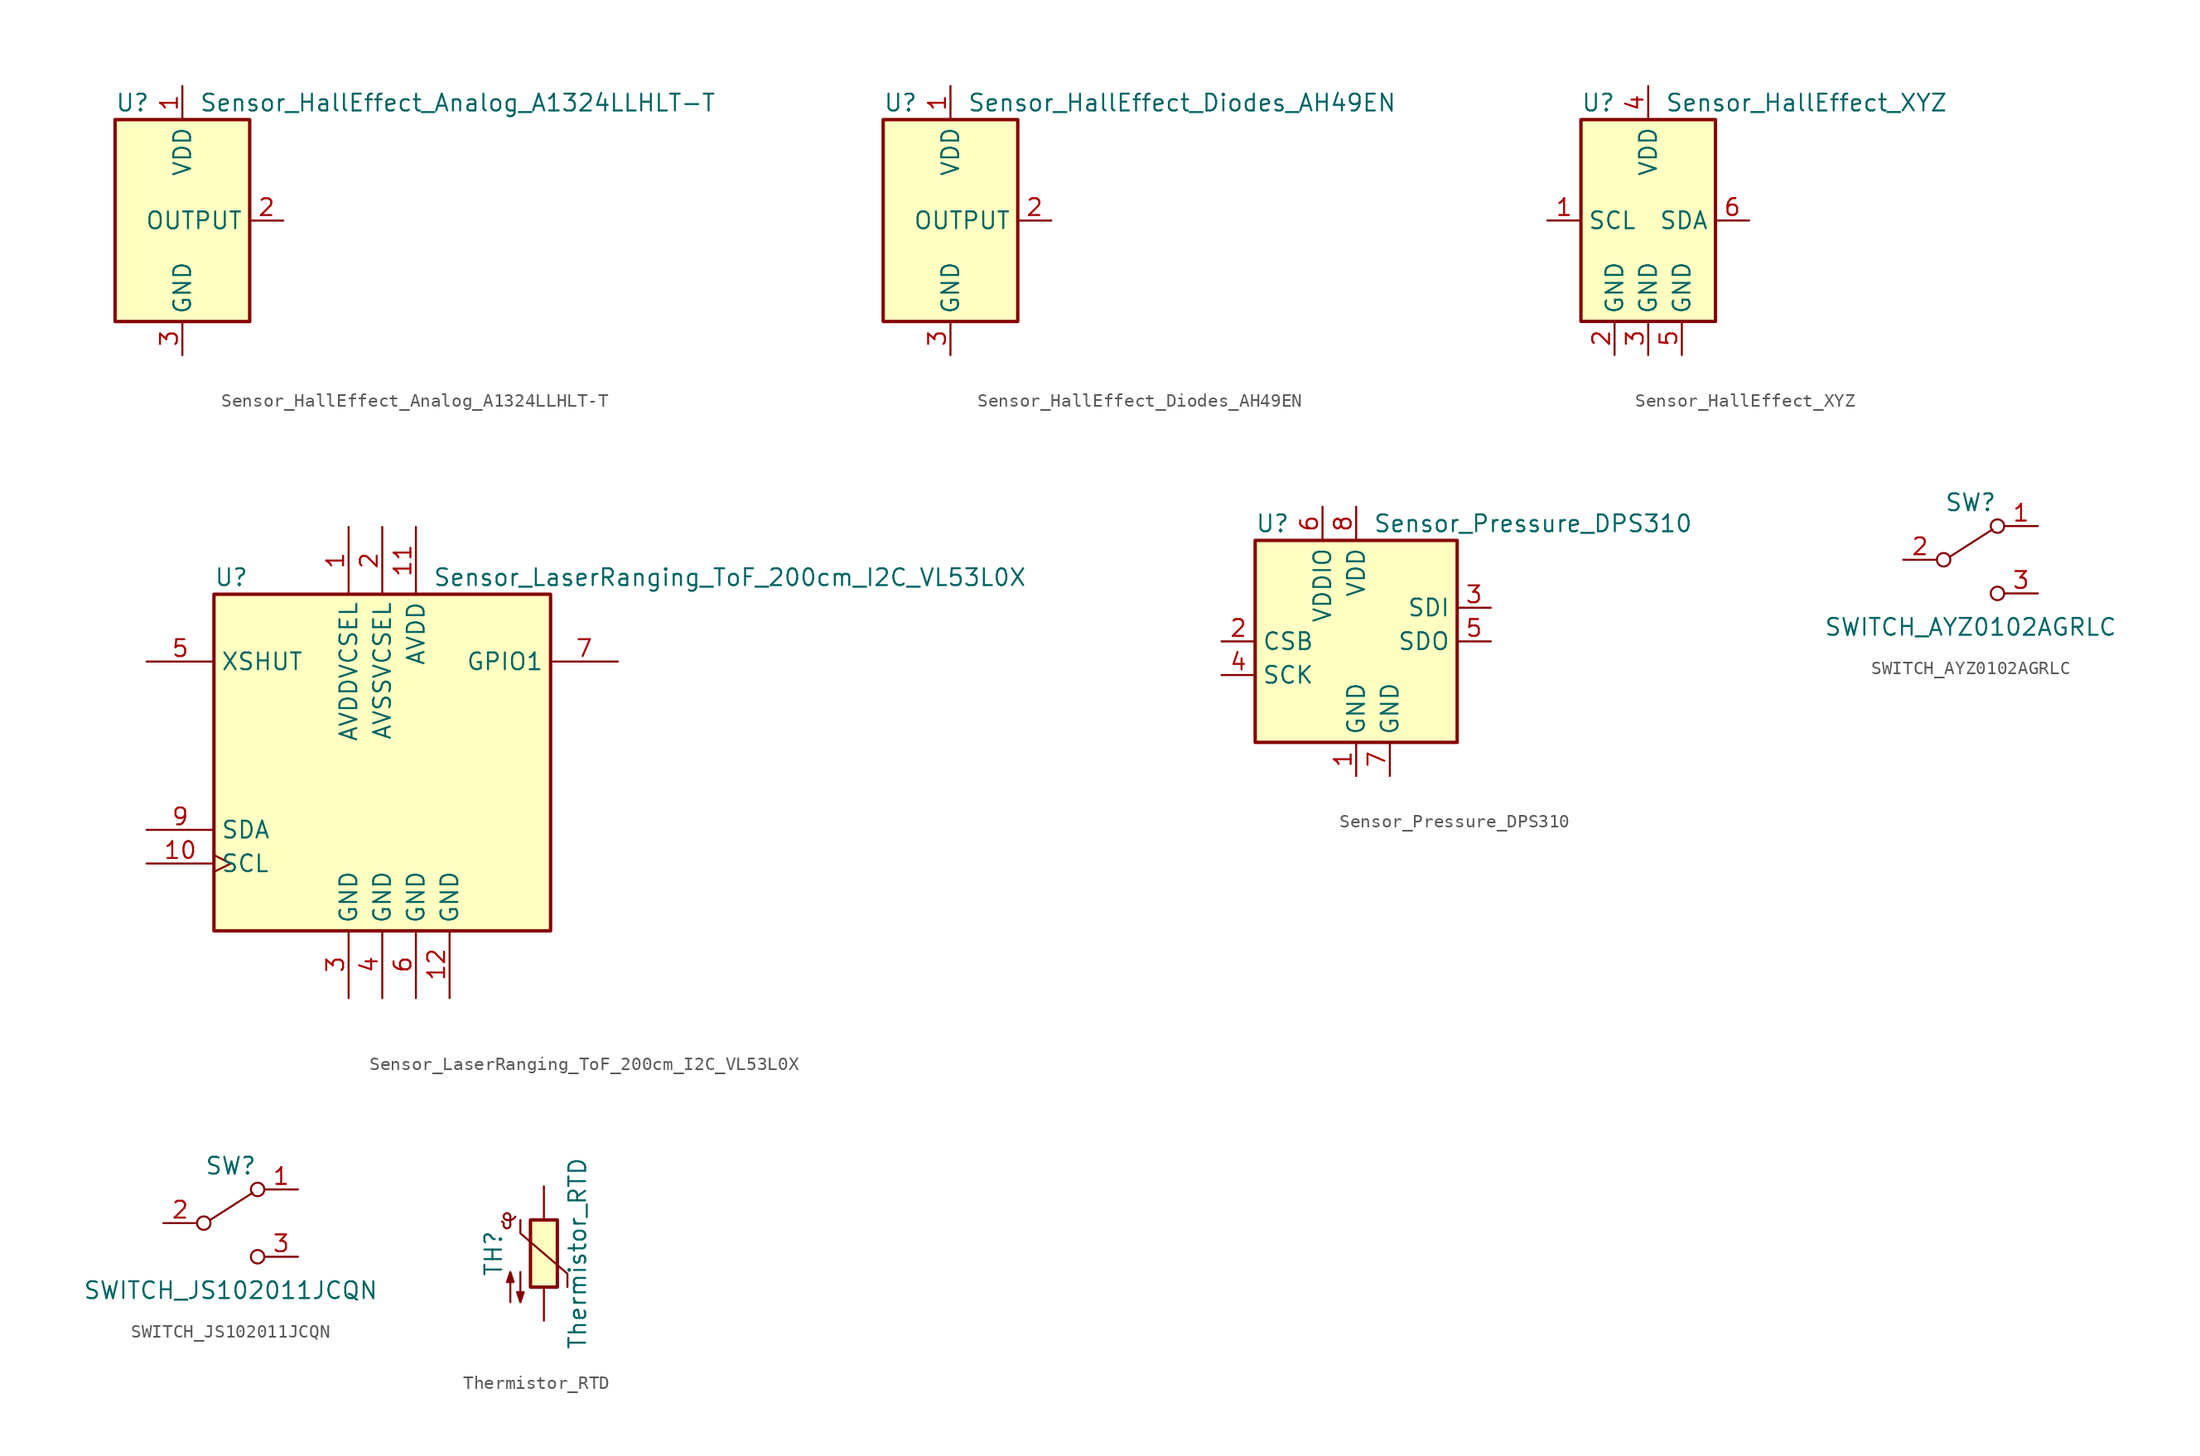
<source format=kicad_sym>
(kicad_symbol_lib
  (version 20211014)
  (generator kicad_symbol_editor)
  (symbol "Sensor_HallEffect_Analog_A1324LLHLT-T"
    (property "Reference" "U"
      (at -5.08 8.89 0)
      (effects (font (size 1.27 1.27)) (justify left)))
    (property "Value" "Sensor_HallEffect_Analog_A1324LLHLT-T"
      (at 1.27 8.89 0)
      (effects (font (size 1.27 1.27)) (justify left)))
    (symbol "Sensor_HallEffect_Analog_A1324LLHLT-T_0_1"
      (rectangle (start 5.08 7.62) (end -5.08 -7.62) (stroke (width 0.254) (type default) (color 0 0 0 0)) (fill (type background))))
    (symbol "Sensor_HallEffect_Analog_A1324LLHLT-T_1_1"
      (pin power_in line (at 0 10.16 270) (length 2.54) (name "VDD" (effects (font (size 1.27 1.27)))) (number "1" (effects (font (size 1.27 1.27)))))
      (pin open_collector line (at 7.62 0 180) (length 2.54) (name "OUTPUT" (effects (font (size 1.27 1.27)))) (number "2" (effects (font (size 1.27 1.27)))))
      (pin power_in line (at 0 -10.16 90) (length 2.54) (name "GND" (effects (font (size 1.27 1.27)))) (number "3" (effects (font (size 1.27 1.27)))))))
  (symbol "Sensor_HallEffect_Diodes_AH49EN"
    (property "Reference" "U"
      (at -5.08 8.89 0)
      (effects (font (size 1.27 1.27)) (justify left)))
    (property "Value" "Sensor_HallEffect_Diodes_AH49EN"
      (at 1.27 8.89 0)
      (effects (font (size 1.27 1.27)) (justify left)))
    (symbol "Sensor_HallEffect_Diodes_AH49EN_0_1"
      (rectangle (start 5.08 7.62) (end -5.08 -7.62) (stroke (width 0.254) (type default) (color 0 0 0 0)) (fill (type background))))
    (symbol "Sensor_HallEffect_Diodes_AH49EN_1_1"
      (pin power_in line (at 0 10.16 270) (length 2.54) (name "VDD" (effects (font (size 1.27 1.27)))) (number "1" (effects (font (size 1.27 1.27)))))
      (pin open_collector line (at 7.62 0 180) (length 2.54) (name "OUTPUT" (effects (font (size 1.27 1.27)))) (number "2" (effects (font (size 1.27 1.27)))))
      (pin power_in line (at 0 -10.16 90) (length 2.54) (name "GND" (effects (font (size 1.27 1.27)))) (number "3" (effects (font (size 1.27 1.27)))))))
  (symbol "Sensor_HallEffect_XYZ"
    (property "Reference" "U"
      (at -5.08 8.89 0)
      (effects (font (size 1.27 1.27)) (justify left)))
    (property "Value" "Sensor_HallEffect_XYZ"
      (at 1.27 8.89 0)
      (effects (font (size 1.27 1.27)) (justify left)))
    (symbol "Sensor_HallEffect_XYZ_0_1"
      (rectangle (start 5.08 7.62) (end -5.08 -7.62) (stroke (width 0.254) (type default) (color 0 0 0 0)) (fill (type background))))
    (symbol "Sensor_HallEffect_XYZ_1_1"
      (pin input line (at -7.62 0 0) (length 2.54) (name "SCL" (effects (font (size 1.27 1.27)))) (number "1" (effects (font (size 1.27 1.27)))))
      (pin power_in line (at -2.54 -10.16 90) (length 2.54) (name "GND" (effects (font (size 1.27 1.27)))) (number "2" (effects (font (size 1.27 1.27)))))
      (pin power_in line (at 0 -10.16 90) (length 2.54) (name "GND" (effects (font (size 1.27 1.27)))) (number "3" (effects (font (size 1.27 1.27)))))
      (pin power_in line (at 0 10.16 270) (length 2.54) (name "VDD" (effects (font (size 1.27 1.27)))) (number "4" (effects (font (size 1.27 1.27)))))
      (pin power_in line (at 2.54 -10.16 90) (length 2.54) (name "GND" (effects (font (size 1.27 1.27)))) (number "5" (effects (font (size 1.27 1.27)))))
      (pin bidirectional line (at 7.62 0 180) (length 2.54) (name "SDA" (effects (font (size 1.27 1.27)))) (number "6" (effects (font (size 1.27 1.27)))))))
  (symbol "Sensor_LaserRanging_ToF_200cm_I2C_VL53L0X"
    (property "Reference" "U"
      (at -12.7 13.97 0)
      (effects (font (size 1.27 1.27)) (justify left)))
    (property "Value" "Sensor_LaserRanging_ToF_200cm_I2C_VL53L0X"
      (at 3.81 13.97 0)
      (effects (font (size 1.27 1.27)) (justify left)))
    (symbol "Sensor_LaserRanging_ToF_200cm_I2C_VL53L0X_0_0"
      (rectangle (start -12.7 12.7) (end 12.7 -12.7) (stroke (width 0.254) (type default) (color 0 0 0 0)) (fill (type background)))
      (pin power_in line (at -2.54 17.78 270) (length 5.08) (name "AVDDVCSEL" (effects (font (size 1.27 1.27)))) (number "1" (effects (font (size 1.27 1.27)))))
      (pin input clock (at -17.78 -7.62 0) (length 5.08) (name "SCL" (effects (font (size 1.27 1.27)))) (number "10" (effects (font (size 1.27 1.27)))))
      (pin power_in line (at 2.54 17.78 270) (length 5.08) (name "AVDD" (effects (font (size 1.27 1.27)))) (number "11" (effects (font (size 1.27 1.27)))))
      (pin power_in line (at 5.08 -17.78 90) (length 5.08) (name "GND" (effects (font (size 1.27 1.27)))) (number "12" (effects (font (size 1.27 1.27)))))
      (pin power_in line (at 0 17.78 270) (length 5.08) (name "AVSSVCSEL" (effects (font (size 1.27 1.27)))) (number "2" (effects (font (size 1.27 1.27)))))
      (pin power_in line (at -2.54 -17.78 90) (length 5.08) (name "GND" (effects (font (size 1.27 1.27)))) (number "3" (effects (font (size 1.27 1.27)))))
      (pin power_in line (at 0 -17.78 90) (length 5.08) (name "GND" (effects (font (size 1.27 1.27)))) (number "4" (effects (font (size 1.27 1.27)))))
      (pin input line (at -17.78 7.62 0) (length 5.08) (name "XSHUT" (effects (font (size 1.27 1.27)))) (number "5" (effects (font (size 1.27 1.27)))))
      (pin power_in line (at 2.54 -17.78 90) (length 5.08) (name "GND" (effects (font (size 1.27 1.27)))) (number "6" (effects (font (size 1.27 1.27)))))
      (pin output line (at 17.78 7.62 180) (length 5.08) (name "GPIO1" (effects (font (size 1.27 1.27)))) (number "7" (effects (font (size 1.27 1.27)))))
      (pin bidirectional line (at -17.78 -5.08 0) (length 5.08) (name "SDA" (effects (font (size 1.27 1.27)))) (number "9" (effects (font (size 1.27 1.27))))))
    (symbol "Sensor_LaserRanging_ToF_200cm_I2C_VL53L0X_0_1"
      (pin no_connect line (at 17.78 -7.62 180) (length 5.08) hide (name "DNC" (effects (font (size 1.27 1.27)))) (number "8" (effects (font (size 1.27 1.27)))))))
  (symbol "Sensor_Pressure_DPS310"
    (property "Reference" "U"
      (at -7.62 8.89 0)
      (effects (font (size 1.27 1.27)) (justify left)))
    (property "Value" "Sensor_Pressure_DPS310"
      (at 1.27 8.89 0)
      (effects (font (size 1.27 1.27)) (justify left)))
    (symbol "Sensor_Pressure_DPS310_0_1"
      (rectangle (start -7.62 7.62) (end 7.62 -7.62) (stroke (width 0.254) (type default) (color 0 0 0 0)) (fill (type background))))
    (symbol "Sensor_Pressure_DPS310_1_1"
      (pin power_in line (at 0 -10.16 90) (length 2.54) (name "GND" (effects (font (size 1.27 1.27)))) (number "1" (effects (font (size 1.27 1.27)))))
      (pin input line (at -10.16 0 0) (length 2.54) (name "CSB" (effects (font (size 1.27 1.27)))) (number "2" (effects (font (size 1.27 1.27)))))
      (pin input line (at 10.16 2.54 180) (length 2.54) (name "SDI" (effects (font (size 1.27 1.27)))) (number "3" (effects (font (size 1.27 1.27)))))
      (pin input line (at -10.16 -2.54 0) (length 2.54) (name "SCK" (effects (font (size 1.27 1.27)))) (number "4" (effects (font (size 1.27 1.27)))))
      (pin output line (at 10.16 0 180) (length 2.54) (name "SDO" (effects (font (size 1.27 1.27)))) (number "5" (effects (font (size 1.27 1.27)))))
      (pin power_in line (at -2.54 10.16 270) (length 2.54) (name "VDDIO" (effects (font (size 1.27 1.27)))) (number "6" (effects (font (size 1.27 1.27)))))
      (pin power_in line (at 2.54 -10.16 90) (length 2.54) (name "GND" (effects (font (size 1.27 1.27)))) (number "7" (effects (font (size 1.27 1.27)))))
      (pin power_in line (at 0 10.16 270) (length 2.54) (name "VDD" (effects (font (size 1.27 1.27)))) (number "8" (effects (font (size 1.27 1.27)))))))
  (symbol "SWITCH_AYZ0102AGRLC"
    (pin_names
      (offset 0) hide)
    (property "Reference" "SW"
      (at 0 4.318 0)
      (effects (font (size 1.27 1.27))))
    (property "Value" "SWITCH_AYZ0102AGRLC"
      (at 0 -5.08 0)
      (effects (font (size 1.27 1.27))))
    (symbol "SWITCH_AYZ0102AGRLC_0_0"
      (circle (center -2.032 0) (radius 0.508) (stroke (width 0) (type default) (color 0 0 0 0)) (fill (type none)))
      (circle (center 2.032 -2.54) (radius 0.508) (stroke (width 0) (type default) (color 0 0 0 0)) (fill (type none))))
    (symbol "SWITCH_AYZ0102AGRLC_0_1"
      (polyline (pts (xy -1.524 0.254) (xy 1.651 2.286)) (stroke (width 0) (type default) (color 0 0 0 0)) (fill (type none)))
      (circle (center 2.032 2.54) (radius 0.508) (stroke (width 0) (type default) (color 0 0 0 0)) (fill (type none))))
    (symbol "SWITCH_AYZ0102AGRLC_1_1"
      (pin passive line (at 5.08 2.54 180) (length 2.54) (name "A" (effects (font (size 1.27 1.27)))) (number "1" (effects (font (size 1.27 1.27)))))
      (pin passive line (at -5.08 0 0) (length 2.54) (name "B" (effects (font (size 1.27 1.27)))) (number "2" (effects (font (size 1.27 1.27)))))
      (pin passive line (at 5.08 -2.54 180) (length 2.54) (name "C" (effects (font (size 1.27 1.27)))) (number "3" (effects (font (size 1.27 1.27)))))))
  (symbol "SWITCH_JS102011JCQN"
    (pin_names
      (offset 0) hide)
    (property "Reference" "SW"
      (at 0 4.318 0)
      (effects (font (size 1.27 1.27))))
    (property "Value" "SWITCH_JS102011JCQN"
      (at 0 -5.08 0)
      (effects (font (size 1.27 1.27))))
    (symbol "SWITCH_JS102011JCQN_0_0"
      (circle (center -2.032 0) (radius 0.508) (stroke (width 0) (type default) (color 0 0 0 0)) (fill (type none)))
      (circle (center 2.032 -2.54) (radius 0.508) (stroke (width 0) (type default) (color 0 0 0 0)) (fill (type none))))
    (symbol "SWITCH_JS102011JCQN_0_1"
      (polyline (pts (xy -1.524 0.254) (xy 1.651 2.286)) (stroke (width 0) (type default) (color 0 0 0 0)) (fill (type none)))
      (circle (center 2.032 2.54) (radius 0.508) (stroke (width 0) (type default) (color 0 0 0 0)) (fill (type none))))
    (symbol "SWITCH_JS102011JCQN_1_1"
      (pin passive line (at 5.08 2.54 180) (length 2.54) (name "A" (effects (font (size 1.27 1.27)))) (number "1" (effects (font (size 1.27 1.27)))))
      (pin passive line (at -5.08 0 0) (length 2.54) (name "B" (effects (font (size 1.27 1.27)))) (number "2" (effects (font (size 1.27 1.27)))))
      (pin passive line (at 5.08 -2.54 180) (length 2.54) (name "C" (effects (font (size 1.27 1.27)))) (number "3" (effects (font (size 1.27 1.27)))))))
  (symbol "Thermistor_RTD"
    (pin_numbers hide)
    (pin_names
      (offset 0))
    (property "Reference" "TH"
      (at -3.81 0 90)
      (effects (font (size 1.27 1.27))))
    (property "Value" "Thermistor_RTD"
      (at 2.54 0 90)
      (effects (font (size 1.27 1.27))))
    (symbol "Thermistor_RTD_0_1"
      (arc (start -3.048 2.159) (mid -3.0505 2.3165) (end -3.175 2.413) (stroke (width 0) (type default) (color 0 0 0 0)) (fill (type none)))
      (arc (start -3.048 2.159) (mid -2.9736 1.9794) (end -2.794 1.905) (stroke (width 0) (type default) (color 0 0 0 0)) (fill (type none)))
      (arc (start -3.048 2.794) (mid -2.9736 2.6144) (end -2.794 2.54) (stroke (width 0) (type default) (color 0 0 0 0)) (fill (type none)))
      (arc (start -2.794 1.905) (mid -2.6144 1.9794) (end -2.54 2.159) (stroke (width 0) (type default) (color 0 0 0 0)) (fill (type none)))
      (arc (start -2.794 2.54) (mid -2.434 2.5608) (end -2.159 2.794) (stroke (width 0) (type default) (color 0 0 0 0)) (fill (type none)))
      (arc (start -2.794 3.048) (mid -2.9736 2.9736) (end -3.048 2.794) (stroke (width 0) (type default) (color 0 0 0 0)) (fill (type none)))
      (arc (start -2.54 2.794) (mid -2.6144 2.9736) (end -2.794 3.048) (stroke (width 0) (type default) (color 0 0 0 0)) (fill (type none)))
      (rectangle (start -1.016 2.54) (end 1.016 -2.54) (stroke (width 0.254) (type default) (color 0 0 0 0)) (fill (type background)))
      (polyline (pts (xy -2.54 2.159) (xy -2.54 2.794)) (stroke (width 0) (type default) (color 0 0 0 0)) (fill (type none)))
      (polyline (pts (xy -1.778 2.54) (xy -1.778 1.524) (xy 1.778 -1.524) (xy 1.778 -2.54)) (stroke (width 0) (type default) (color 0 0 0 0)) (fill (type none)))
      (polyline (pts (xy -2.54 -3.683) (xy -2.54 -1.397) (xy -2.794 -2.159) (xy -2.286 -2.159) (xy -2.54 -1.397) (xy -2.54 -1.651)) (stroke (width 0) (type default) (color 0 0 0 0)) (fill (type outline)))
      (polyline (pts (xy -1.778 -1.397) (xy -1.778 -3.683) (xy -2.032 -2.921) (xy -1.524 -2.921) (xy -1.778 -3.683) (xy -1.778 -3.429)) (stroke (width 0) (type default) (color 0 0 0 0)) (fill (type outline))))
    (symbol "Thermistor_RTD_1_1"
      (pin passive line (at 0 5.08 270) (length 2.54) (name "~" (effects (font (size 1.27 1.27)))) (number "1" (effects (font (size 1.27 1.27)))))
      (pin passive line (at 0 -5.08 90) (length 2.54) (name "~" (effects (font (size 1.27 1.27)))) (number "2" (effects (font (size 1.27 1.27))))))))
</source>
